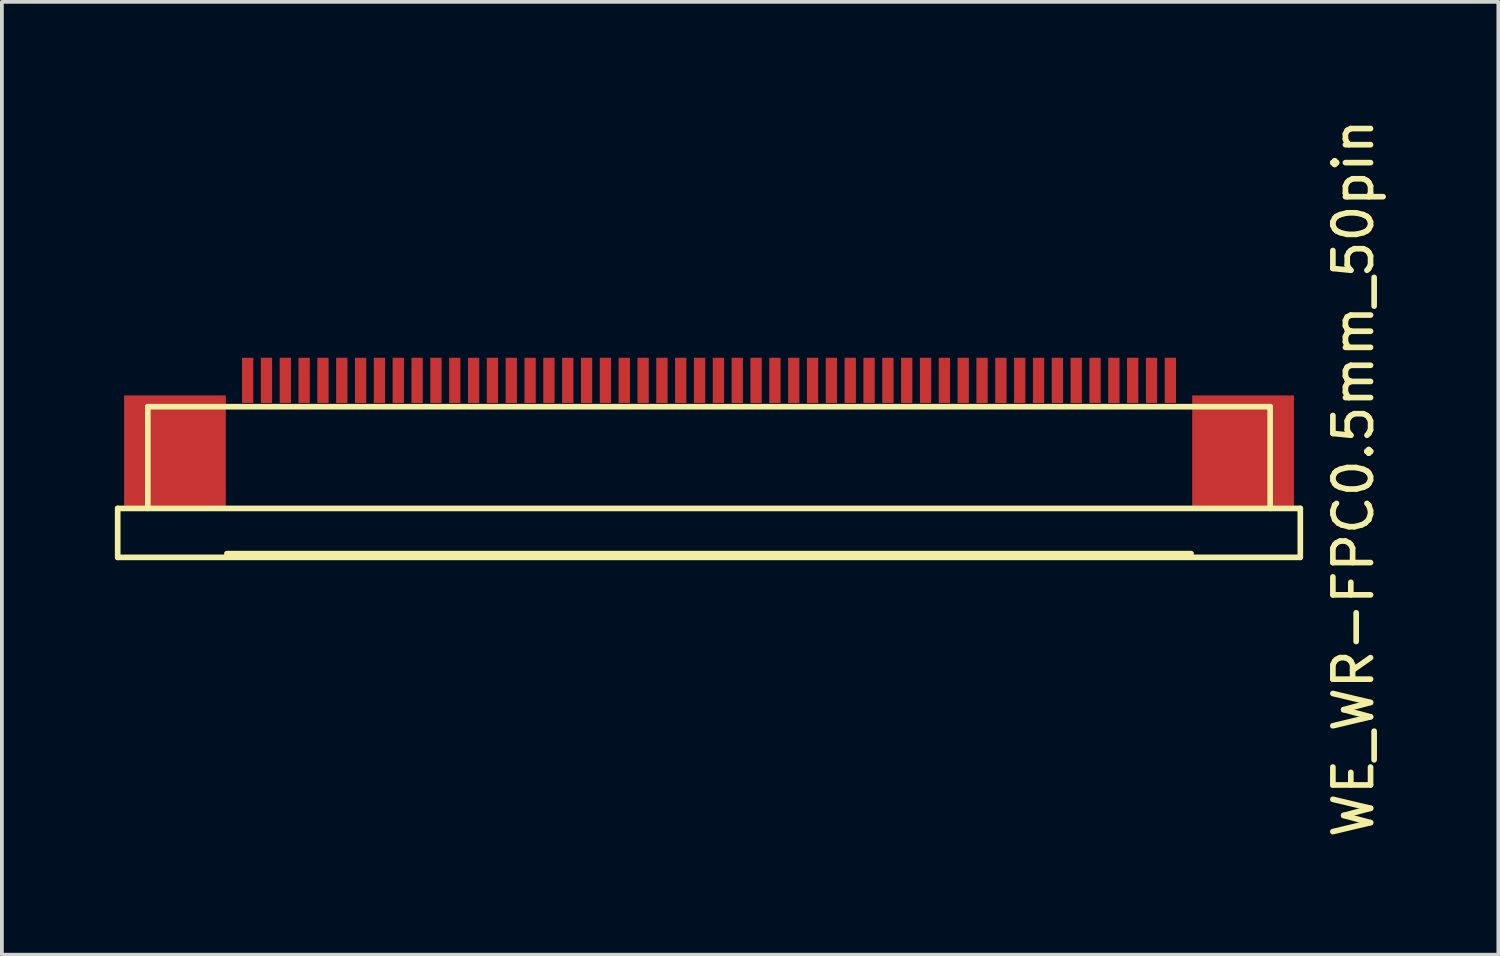
<source format=kicad_pcb>
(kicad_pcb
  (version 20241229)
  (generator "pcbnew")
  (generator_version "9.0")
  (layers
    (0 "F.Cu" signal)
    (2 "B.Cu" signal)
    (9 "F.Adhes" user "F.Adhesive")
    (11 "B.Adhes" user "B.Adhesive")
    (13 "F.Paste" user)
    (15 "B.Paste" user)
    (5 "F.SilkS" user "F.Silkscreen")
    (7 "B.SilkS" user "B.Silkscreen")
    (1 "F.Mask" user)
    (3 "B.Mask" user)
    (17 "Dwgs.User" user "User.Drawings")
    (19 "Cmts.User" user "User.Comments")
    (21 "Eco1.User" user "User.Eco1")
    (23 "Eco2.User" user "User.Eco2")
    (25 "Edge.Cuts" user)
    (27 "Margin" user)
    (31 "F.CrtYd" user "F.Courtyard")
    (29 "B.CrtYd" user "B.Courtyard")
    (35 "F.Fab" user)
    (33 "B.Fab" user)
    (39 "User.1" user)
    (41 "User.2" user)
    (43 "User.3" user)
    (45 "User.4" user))
  (footprint "WE_WR-FPC0.5mm_50pin"
    (layer "F.Cu")
    (at 15.775 7.049)
    (property "Reference" "WE_WR-FPC0.5mm_50pin" (at 17.11 2.6 90) (layer "F.SilkS") (effects (font (size 1 1) (thickness 0.15))))
    (attr through_hole)
    (fp_line (start -15.7 3.4) (end -15.7 4.7) (stroke (width 0.15) (type solid)) (layer "F.SilkS"))
    (fp_line (start -15.7 3.4) (end 15.7 3.4) (stroke (width 0.15) (type solid)) (layer "F.SilkS"))
    (fp_line (start -15.7 4.7) (end 15.7 4.7) (stroke (width 0.15) (type solid)) (layer "F.SilkS"))
    (fp_line (start -14.9 0.7) (end 14.9 0.7) (stroke (width 0.15) (type solid)) (layer "F.SilkS"))
    (fp_line (start -14.9 3.4) (end -14.9 0.7) (stroke (width 0.15) (type solid)) (layer "F.SilkS"))
    (fp_line (start -12.8 4.6) (end 12.8 4.6) (stroke (width 0.15) (type solid)) (layer "F.SilkS"))
    (fp_line (start 14.9 0.7) (end 14.9 3.4) (stroke (width 0.15) (type solid)) (layer "F.SilkS"))
    (fp_line (start 15.7 3.4) (end 15.7 4.7) (stroke (width 0.15) (type solid)) (layer "F.SilkS"))
    (pad "" smd rect (at -14.18 1.9) (size 2.7 3) (layers "F.Cu" "F.Mask" "F.Paste"))
    (pad "" smd rect (at 14.18 1.9) (size 2.7 3) (layers "F.Cu" "F.Mask" "F.Paste"))
    (pad "1" smd rect (at -12.25 0) (size 0.3 1.2) (layers "F.Cu" "F.Mask" "F.Paste"))
    (pad "2" smd rect (at -11.75 0) (size 0.3 1.2) (layers "F.Cu" "F.Mask" "F.Paste"))
    (pad "3" smd rect (at -11.25 0) (size 0.3 1.2) (layers "F.Cu" "F.Mask" "F.Paste"))
    (pad "4" smd rect (at -10.75 0) (size 0.3 1.2) (layers "F.Cu" "F.Mask" "F.Paste"))
    (pad "5" smd rect (at -10.25 0) (size 0.3 1.2) (layers "F.Cu" "F.Mask" "F.Paste"))
    (pad "6" smd rect (at -9.75 0) (size 0.3 1.2) (layers "F.Cu" "F.Mask" "F.Paste"))
    (pad "7" smd rect (at -9.25 0) (size 0.3 1.2) (layers "F.Cu" "F.Mask" "F.Paste"))
    (pad "8" smd rect (at -8.75 0) (size 0.3 1.2) (layers "F.Cu" "F.Mask" "F.Paste"))
    (pad "9" smd rect (at -8.25 0) (size 0.3 1.2) (layers "F.Cu" "F.Mask" "F.Paste"))
    (pad "10" smd rect (at -7.75 0) (size 0.3 1.2) (layers "F.Cu" "F.Mask" "F.Paste"))
    (pad "11" smd rect (at -7.25 0) (size 0.3 1.2) (layers "F.Cu" "F.Mask" "F.Paste"))
    (pad "12" smd rect (at -6.75 0) (size 0.3 1.2) (layers "F.Cu" "F.Mask" "F.Paste"))
    (pad "13" smd rect (at -6.25 0) (size 0.3 1.2) (layers "F.Cu" "F.Mask" "F.Paste"))
    (pad "14" smd rect (at -5.75 0) (size 0.3 1.2) (layers "F.Cu" "F.Mask" "F.Paste"))
    (pad "15" smd rect (at -5.25 0) (size 0.3 1.2) (layers "F.Cu" "F.Mask" "F.Paste"))
    (pad "16" smd rect (at -4.75 0) (size 0.3 1.2) (layers "F.Cu" "F.Mask" "F.Paste"))
    (pad "17" smd rect (at -4.25 0) (size 0.3 1.2) (layers "F.Cu" "F.Mask" "F.Paste"))
    (pad "18" smd rect (at -3.75 0) (size 0.3 1.2) (layers "F.Cu" "F.Mask" "F.Paste"))
    (pad "19" smd rect (at -3.25 0) (size 0.3 1.2) (layers "F.Cu" "F.Mask" "F.Paste"))
    (pad "20" smd rect (at -2.75 0) (size 0.3 1.2) (layers "F.Cu" "F.Mask" "F.Paste"))
    (pad "21" smd rect (at -2.25 0) (size 0.3 1.2) (layers "F.Cu" "F.Mask" "F.Paste"))
    (pad "22" smd rect (at -1.75 0) (size 0.3 1.2) (layers "F.Cu" "F.Mask" "F.Paste"))
    (pad "23" smd rect (at -1.25 0) (size 0.3 1.2) (layers "F.Cu" "F.Mask" "F.Paste"))
    (pad "24" smd rect (at -0.75 0) (size 0.3 1.2) (layers "F.Cu" "F.Mask" "F.Paste"))
    (pad "25" smd rect (at -0.25 0) (size 0.3 1.2) (layers "F.Cu" "F.Mask" "F.Paste"))
    (pad "26" smd rect (at 0.25 0) (size 0.3 1.2) (layers "F.Cu" "F.Mask" "F.Paste"))
    (pad "27" smd rect (at 0.75 0) (size 0.3 1.2) (layers "F.Cu" "F.Mask" "F.Paste"))
    (pad "28" smd rect (at 1.25 0) (size 0.3 1.2) (layers "F.Cu" "F.Mask" "F.Paste"))
    (pad "29" smd rect (at 1.75 0) (size 0.3 1.2) (layers "F.Cu" "F.Mask" "F.Paste"))
    (pad "30" smd rect (at 2.25 0) (size 0.3 1.2) (layers "F.Cu" "F.Mask" "F.Paste"))
    (pad "31" smd rect (at 2.75 0) (size 0.3 1.2) (layers "F.Cu" "F.Mask" "F.Paste"))
    (pad "32" smd rect (at 3.25 0) (size 0.3 1.2) (layers "F.Cu" "F.Mask" "F.Paste"))
    (pad "33" smd rect (at 3.75 0) (size 0.3 1.2) (layers "F.Cu" "F.Mask" "F.Paste"))
    (pad "34" smd rect (at 4.25 0) (size 0.3 1.2) (layers "F.Cu" "F.Mask" "F.Paste"))
    (pad "35" smd rect (at 4.75 0) (size 0.3 1.2) (layers "F.Cu" "F.Mask" "F.Paste"))
    (pad "36" smd rect (at 5.25 0) (size 0.3 1.2) (layers "F.Cu" "F.Mask" "F.Paste"))
    (pad "37" smd rect (at 5.75 0) (size 0.3 1.2) (layers "F.Cu" "F.Mask" "F.Paste"))
    (pad "38" smd rect (at 6.25 0) (size 0.3 1.2) (layers "F.Cu" "F.Mask" "F.Paste"))
    (pad "39" smd rect (at 6.75 0) (size 0.3 1.2) (layers "F.Cu" "F.Mask" "F.Paste"))
    (pad "40" smd rect (at 7.25 0) (size 0.3 1.2) (layers "F.Cu" "F.Mask" "F.Paste"))
    (pad "41" smd rect (at 7.75 0) (size 0.3 1.2) (layers "F.Cu" "F.Mask" "F.Paste"))
    (pad "42" smd rect (at 8.25 0) (size 0.3 1.2) (layers "F.Cu" "F.Mask" "F.Paste"))
    (pad "43" smd rect (at 8.75 0) (size 0.3 1.2) (layers "F.Cu" "F.Mask" "F.Paste"))
    (pad "44" smd rect (at 9.25 0) (size 0.3 1.2) (layers "F.Cu" "F.Mask" "F.Paste"))
    (pad "45" smd rect (at 9.75 0) (size 0.3 1.2) (layers "F.Cu" "F.Mask" "F.Paste"))
    (pad "46" smd rect (at 10.25 0) (size 0.3 1.2) (layers "F.Cu" "F.Mask" "F.Paste"))
    (pad "47" smd rect (at 10.75 0) (size 0.3 1.2) (layers "F.Cu" "F.Mask" "F.Paste"))
    (pad "48" smd rect (at 11.25 0) (size 0.3 1.2) (layers "F.Cu" "F.Mask" "F.Paste"))
    (pad "49" smd rect (at 11.75 0) (size 0.3 1.2) (layers "F.Cu" "F.Mask" "F.Paste"))
    (pad "50" smd rect (at 12.25 0) (size 0.3 1.2) (layers "F.Cu" "F.Mask" "F.Paste")))
  (gr_rect
    (start -3 -3)
    (end 36.733 22.298)
    (stroke (width 0.1) (type default))
    (fill no)
    (layer "Edge.Cuts")))
</source>
